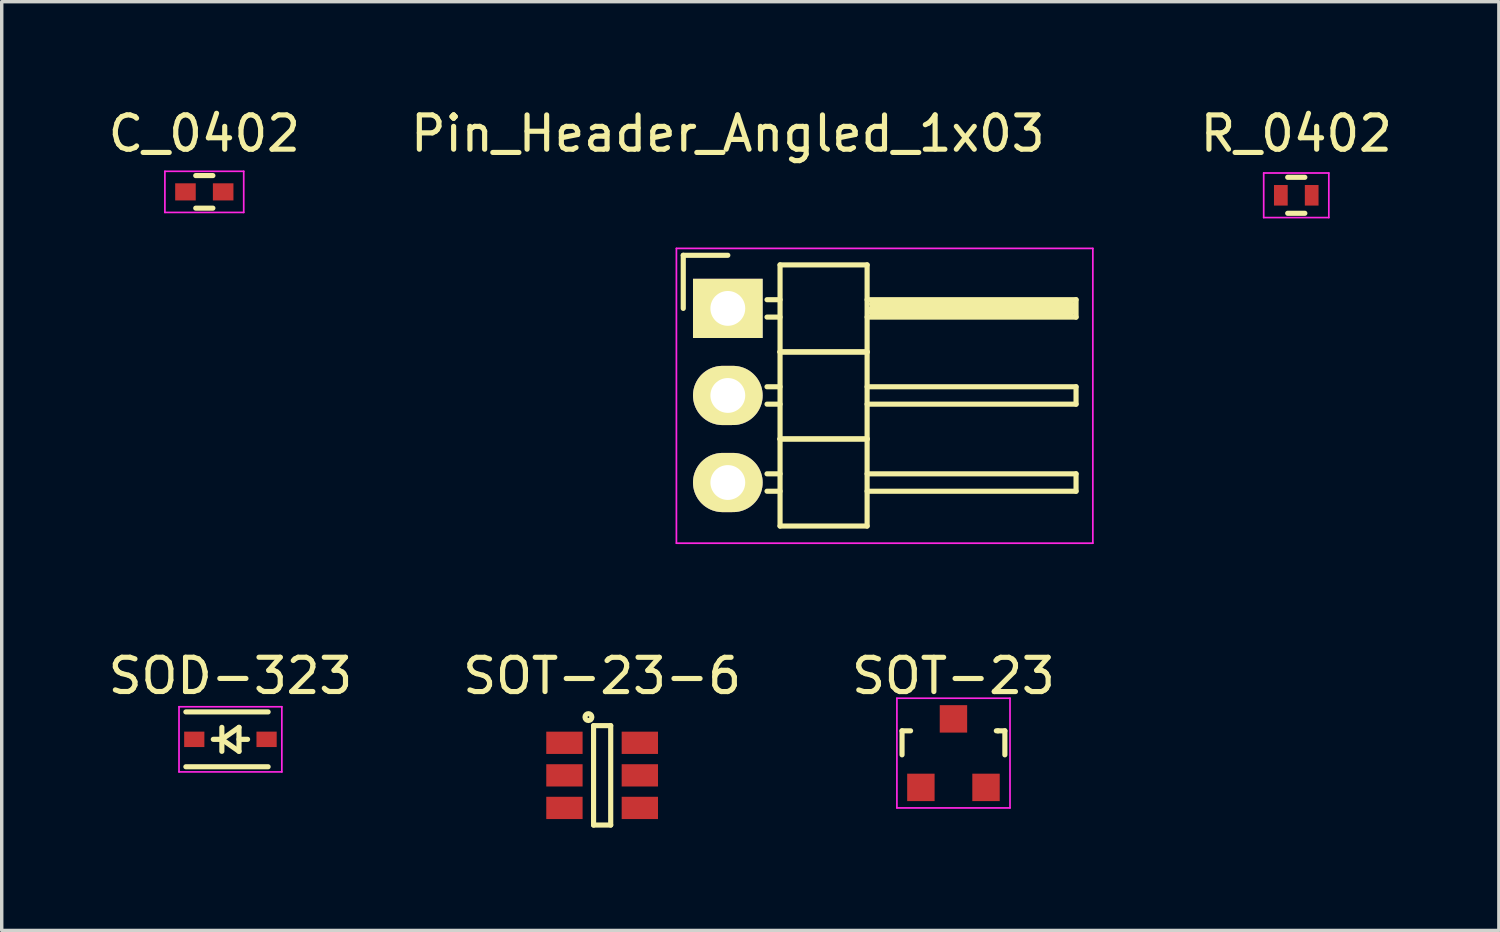
<source format=kicad_pcb>
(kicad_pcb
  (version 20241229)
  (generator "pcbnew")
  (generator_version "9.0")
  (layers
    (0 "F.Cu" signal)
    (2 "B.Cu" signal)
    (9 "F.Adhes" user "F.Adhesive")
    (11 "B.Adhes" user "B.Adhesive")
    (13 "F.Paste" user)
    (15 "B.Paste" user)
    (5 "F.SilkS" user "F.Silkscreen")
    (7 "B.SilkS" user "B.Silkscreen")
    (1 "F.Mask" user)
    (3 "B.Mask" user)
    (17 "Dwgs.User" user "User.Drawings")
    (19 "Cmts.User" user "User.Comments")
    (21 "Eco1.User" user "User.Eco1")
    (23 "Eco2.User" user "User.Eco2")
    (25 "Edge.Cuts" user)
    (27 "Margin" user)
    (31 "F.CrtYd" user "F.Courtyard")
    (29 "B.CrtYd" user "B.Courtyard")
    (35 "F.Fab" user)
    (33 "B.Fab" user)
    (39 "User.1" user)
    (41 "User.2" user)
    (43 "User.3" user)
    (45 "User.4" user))
  (footprint "R_0402"
    (layer "F.Cu")
    (at 34.77 2.648)
    (property "Reference" "R_0402" (at 0 -1.8 0) (layer "F.SilkS") (effects (font (size 1 1) (thickness 0.15))))
    (attr smd)
    (fp_line (start -0.25 0.525) (end 0.25 0.525) (stroke (width 0.15) (type solid)) (layer "F.SilkS"))
    (fp_line (start 0.25 -0.525) (end -0.25 -0.525) (stroke (width 0.15) (type solid)) (layer "F.SilkS"))
    (fp_line (start -0.95 -0.65) (end -0.95 0.65) (stroke (width 0.05) (type solid)) (layer "F.CrtYd"))
    (fp_line (start -0.95 -0.65) (end 0.95 -0.65) (stroke (width 0.05) (type solid)) (layer "F.CrtYd"))
    (fp_line (start -0.95 0.65) (end 0.95 0.65) (stroke (width 0.05) (type solid)) (layer "F.CrtYd"))
    (fp_line (start 0.95 -0.65) (end 0.95 0.65) (stroke (width 0.05) (type solid)) (layer "F.CrtYd"))
    (pad "1" smd rect (at -0.45 0) (size 0.4 0.6) (layers "F.Cu" "F.Mask" "F.Paste"))
    (pad "2" smd rect (at 0.45 0) (size 0.4 0.6) (layers "F.Cu" "F.Mask" "F.Paste")))
  (footprint "SOT-23-6"
    (layer "F.Cu")
    (at 14.518 19.572)
    (property "Reference" "SOT-23-6" (at 0 -2.9 0) (layer "F.SilkS") (effects (font (size 1 1) (thickness 0.15))))
    (attr smd)
    (fp_line (start -0.25 -1.45) (end -0.25 1.45) (stroke (width 0.15) (type solid)) (layer "F.SilkS"))
    (fp_line (start -0.25 1.45) (end 0.25 1.45) (stroke (width 0.15) (type solid)) (layer "F.SilkS"))
    (fp_line (start 0.25 -1.45) (end -0.25 -1.45) (stroke (width 0.15) (type solid)) (layer "F.SilkS"))
    (fp_line (start 0.25 1.45) (end 0.25 -1.45) (stroke (width 0.15) (type solid)) (layer "F.SilkS"))
    (fp_circle (center -0.4 -1.7) (end -0.3 -1.7) (stroke (width 0.15) (type solid)) (fill no) (layer "F.SilkS"))
    (pad "1" smd rect (at -1.1 -0.95) (size 1.06 0.65) (layers "F.Cu" "F.Mask" "F.Paste"))
    (pad "2" smd rect (at -1.1 0) (size 1.06 0.65) (layers "F.Cu" "F.Mask" "F.Paste"))
    (pad "3" smd rect (at -1.1 0.95) (size 1.06 0.65) (layers "F.Cu" "F.Mask" "F.Paste"))
    (pad "4" smd rect (at 1.1 0.95) (size 1.06 0.65) (layers "F.Cu" "F.Mask" "F.Paste"))
    (pad "5" smd rect (at 1.1 0) (size 1.06 0.65) (layers "F.Cu" "F.Mask" "F.Paste"))
    (pad "6" smd rect (at 1.1 -0.95) (size 1.06 0.65) (layers "F.Cu" "F.Mask" "F.Paste")))
  (footprint "SOT-23"
    (layer "F.Cu")
    (at 24.768 18.922)
    (property "Reference" "SOT-23" (at 0 -2.25 0) (layer "F.SilkS") (effects (font (size 1 1) (thickness 0.15))))
    (attr smd)
    (fp_line (start -1.5 -0.65) (end -1.251 -0.65) (stroke (width 0.15) (type solid)) (layer "F.SilkS"))
    (fp_line (start -1.5 0.051) (end -1.5 -0.65) (stroke (width 0.15) (type solid)) (layer "F.SilkS"))
    (fp_line (start 1.299 -0.65) (end 1.251 -0.65) (stroke (width 0.15) (type solid)) (layer "F.SilkS"))
    (fp_line (start 1.299 -0.65) (end 1.5 -0.65) (stroke (width 0.15) (type solid)) (layer "F.SilkS"))
    (fp_line (start 1.5 -0.65) (end 1.5 0.051) (stroke (width 0.15) (type solid)) (layer "F.SilkS"))
    (fp_line (start -1.65 -1.6) (end 1.65 -1.6) (stroke (width 0.05) (type solid)) (layer "F.CrtYd"))
    (fp_line (start -1.65 1.6) (end -1.65 -1.6) (stroke (width 0.05) (type solid)) (layer "F.CrtYd"))
    (fp_line (start 1.65 -1.6) (end 1.65 1.6) (stroke (width 0.05) (type solid)) (layer "F.CrtYd"))
    (fp_line (start 1.65 1.6) (end -1.65 1.6) (stroke (width 0.05) (type solid)) (layer "F.CrtYd"))
    (pad "1" smd rect (at -0.95 1.001) (size 0.8 0.8) (layers "F.Cu" "F.Mask" "F.Paste"))
    (pad "2" smd rect (at 0.95 1.001) (size 0.8 0.8) (layers "F.Cu" "F.Mask" "F.Paste"))
    (pad "3" smd rect (at 0 -0.998) (size 0.8 0.8) (layers "F.Cu" "F.Mask" "F.Paste")))
  (footprint "Pin_Header_Angled_1x03"
    (layer "F.Cu")
    (at 18.185 5.948)
    (property "Reference" "Pin_Header_Angled_1x03" (at 0 -5.1 0) (layer "F.SilkS") (effects (font (size 1 1) (thickness 0.15))))
    (attr through_hole)
    (fp_line (start -1.3 -1.55) (end -1.3 0) (stroke (width 0.15) (type solid)) (layer "F.SilkS"))
    (fp_line (start 0 -1.55) (end -1.3 -1.55) (stroke (width 0.15) (type solid)) (layer "F.SilkS"))
    (fp_line (start 1.524 -1.27) (end 1.524 1.27) (stroke (width 0.15) (type solid)) (layer "F.SilkS"))
    (fp_line (start 1.524 -1.27) (end 4.064 -1.27) (stroke (width 0.15) (type solid)) (layer "F.SilkS"))
    (fp_line (start 1.524 -0.254) (end 1.143 -0.254) (stroke (width 0.15) (type solid)) (layer "F.SilkS"))
    (fp_line (start 1.524 0.254) (end 1.143 0.254) (stroke (width 0.15) (type solid)) (layer "F.SilkS"))
    (fp_line (start 1.524 1.27) (end 1.524 3.81) (stroke (width 0.15) (type solid)) (layer "F.SilkS"))
    (fp_line (start 1.524 1.27) (end 4.064 1.27) (stroke (width 0.15) (type solid)) (layer "F.SilkS"))
    (fp_line (start 1.524 1.27) (end 4.064 1.27) (stroke (width 0.15) (type solid)) (layer "F.SilkS"))
    (fp_line (start 1.524 2.286) (end 1.143 2.286) (stroke (width 0.15) (type solid)) (layer "F.SilkS"))
    (fp_line (start 1.524 2.794) (end 1.143 2.794) (stroke (width 0.15) (type solid)) (layer "F.SilkS"))
    (fp_line (start 1.524 3.81) (end 1.524 6.35) (stroke (width 0.15) (type solid)) (layer "F.SilkS"))
    (fp_line (start 1.524 3.81) (end 4.064 3.81) (stroke (width 0.15) (type solid)) (layer "F.SilkS"))
    (fp_line (start 1.524 3.81) (end 4.064 3.81) (stroke (width 0.15) (type solid)) (layer "F.SilkS"))
    (fp_line (start 1.524 4.826) (end 1.143 4.826) (stroke (width 0.15) (type solid)) (layer "F.SilkS"))
    (fp_line (start 1.524 5.334) (end 1.143 5.334) (stroke (width 0.15) (type solid)) (layer "F.SilkS"))
    (fp_line (start 1.524 6.35) (end 4.064 6.35) (stroke (width 0.15) (type solid)) (layer "F.SilkS"))
    (fp_line (start 4.064 -0.254) (end 10.16 -0.254) (stroke (width 0.15) (type solid)) (layer "F.SilkS"))
    (fp_line (start 4.064 1.27) (end 4.064 -1.27) (stroke (width 0.15) (type solid)) (layer "F.SilkS"))
    (fp_line (start 4.064 2.286) (end 10.16 2.286) (stroke (width 0.15) (type solid)) (layer "F.SilkS"))
    (fp_line (start 4.064 3.81) (end 4.064 1.27) (stroke (width 0.15) (type solid)) (layer "F.SilkS"))
    (fp_line (start 4.064 4.826) (end 10.16 4.826) (stroke (width 0.15) (type solid)) (layer "F.SilkS"))
    (fp_line (start 4.064 6.35) (end 4.064 3.81) (stroke (width 0.15) (type solid)) (layer "F.SilkS"))
    (fp_line (start 4.191 -0.127) (end 10.033 -0.127) (stroke (width 0.15) (type solid)) (layer "F.SilkS"))
    (fp_line (start 4.191 0) (end 10.033 0) (stroke (width 0.15) (type solid)) (layer "F.SilkS"))
    (fp_line (start 4.191 0.127) (end 4.191 0) (stroke (width 0.15) (type solid)) (layer "F.SilkS"))
    (fp_line (start 10.033 -0.127) (end 10.033 0.127) (stroke (width 0.15) (type solid)) (layer "F.SilkS"))
    (fp_line (start 10.033 0.127) (end 4.191 0.127) (stroke (width 0.15) (type solid)) (layer "F.SilkS"))
    (fp_line (start 10.16 -0.254) (end 10.16 0.254) (stroke (width 0.15) (type solid)) (layer "F.SilkS"))
    (fp_line (start 10.16 0.254) (end 4.064 0.254) (stroke (width 0.15) (type solid)) (layer "F.SilkS"))
    (fp_line (start 10.16 2.286) (end 10.16 2.794) (stroke (width 0.15) (type solid)) (layer "F.SilkS"))
    (fp_line (start 10.16 2.794) (end 4.064 2.794) (stroke (width 0.15) (type solid)) (layer "F.SilkS"))
    (fp_line (start 10.16 4.826) (end 10.16 5.334) (stroke (width 0.15) (type solid)) (layer "F.SilkS"))
    (fp_line (start 10.16 5.334) (end 4.064 5.334) (stroke (width 0.15) (type solid)) (layer "F.SilkS"))
    (fp_line (start -1.5 -1.75) (end -1.5 6.85) (stroke (width 0.05) (type solid)) (layer "F.CrtYd"))
    (fp_line (start -1.5 -1.75) (end 10.65 -1.75) (stroke (width 0.05) (type solid)) (layer "F.CrtYd"))
    (fp_line (start -1.5 6.85) (end 10.65 6.85) (stroke (width 0.05) (type solid)) (layer "F.CrtYd"))
    (fp_line (start 10.65 -1.75) (end 10.65 6.85) (stroke (width 0.05) (type solid)) (layer "F.CrtYd"))
    (pad "1" thru_hole rect (at 0 0) (size 2.032 1.727) (drill 1.016) (layers "*.Cu" "*.Mask" "F.SilkS"))
    (pad "2" thru_hole oval (at 0 2.54) (size 2.032 1.727) (drill 1.016) (layers "*.Cu" "*.Mask" "F.SilkS"))
    (pad "3" thru_hole oval (at 0 5.08) (size 2.032 1.727) (drill 1.016) (layers "*.Cu" "*.Mask" "F.SilkS")))
  (footprint "SOD-323"
    (layer "F.Cu")
    (at 3.673 18.521)
    (property "Reference" "SOD-323" (at 0 -1.85 0) (layer "F.SilkS") (effects (font (size 1 1) (thickness 0.15))))
    (attr smd)
    (fp_line (start -1.3 -0.8) (end 1.1 -0.8) (stroke (width 0.15) (type solid)) (layer "F.SilkS"))
    (fp_line (start -1.3 0.8) (end 1.1 0.8) (stroke (width 0.15) (type solid)) (layer "F.SilkS"))
    (fp_line (start -0.25 -0.35) (end -0.25 0.35) (stroke (width 0.15) (type solid)) (layer "F.SilkS"))
    (fp_line (start -0.25 0) (end -0.5 0) (stroke (width 0.15) (type solid)) (layer "F.SilkS"))
    (fp_line (start -0.25 0) (end 0.25 -0.35) (stroke (width 0.15) (type solid)) (layer "F.SilkS"))
    (fp_line (start 0.25 -0.35) (end 0.25 0.35) (stroke (width 0.15) (type solid)) (layer "F.SilkS"))
    (fp_line (start 0.25 0) (end 0.5 0) (stroke (width 0.15) (type solid)) (layer "F.SilkS"))
    (fp_line (start 0.25 0.35) (end -0.25 0) (stroke (width 0.15) (type solid)) (layer "F.SilkS"))
    (fp_line (start -1.5 -0.95) (end -1.5 0.95) (stroke (width 0.05) (type solid)) (layer "F.CrtYd"))
    (fp_line (start -1.5 -0.95) (end 1.5 -0.95) (stroke (width 0.05) (type solid)) (layer "F.CrtYd"))
    (fp_line (start -1.5 0.95) (end 1.5 0.95) (stroke (width 0.05) (type solid)) (layer "F.CrtYd"))
    (fp_line (start 1.5 -0.95) (end 1.5 0.95) (stroke (width 0.05) (type solid)) (layer "F.CrtYd"))
    (pad "1" smd rect (at -1.055 0) (size 0.59 0.45) (layers "F.Cu" "F.Mask" "F.Paste"))
    (pad "2" smd rect (at 1.055 0) (size 0.59 0.45) (layers "F.Cu" "F.Mask" "F.Paste")))
  (footprint "C_0402"
    (layer "F.Cu")
    (at 2.911 2.548)
    (property "Reference" "C_0402" (at 0 -1.7 0) (layer "F.SilkS") (effects (font (size 1 1) (thickness 0.15))))
    (attr smd)
    (fp_line (start -0.25 0.475) (end 0.25 0.475) (stroke (width 0.15) (type solid)) (layer "F.SilkS"))
    (fp_line (start 0.25 -0.475) (end -0.25 -0.475) (stroke (width 0.15) (type solid)) (layer "F.SilkS"))
    (fp_line (start -1.15 -0.6) (end -1.15 0.6) (stroke (width 0.05) (type solid)) (layer "F.CrtYd"))
    (fp_line (start -1.15 -0.6) (end 1.15 -0.6) (stroke (width 0.05) (type solid)) (layer "F.CrtYd"))
    (fp_line (start -1.15 0.6) (end 1.15 0.6) (stroke (width 0.05) (type solid)) (layer "F.CrtYd"))
    (fp_line (start 1.15 -0.6) (end 1.15 0.6) (stroke (width 0.05) (type solid)) (layer "F.CrtYd"))
    (pad "1" smd rect (at -0.55 0) (size 0.6 0.5) (layers "F.Cu" "F.Mask" "F.Paste"))
    (pad "2" smd rect (at 0.55 0) (size 0.6 0.5) (layers "F.Cu" "F.Mask" "F.Paste")))
  (gr_rect
    (start -3 -3)
    (end 40.681 24.096)
    (stroke (width 0.1) (type default))
    (fill no)
    (layer "Edge.Cuts")))
</source>
